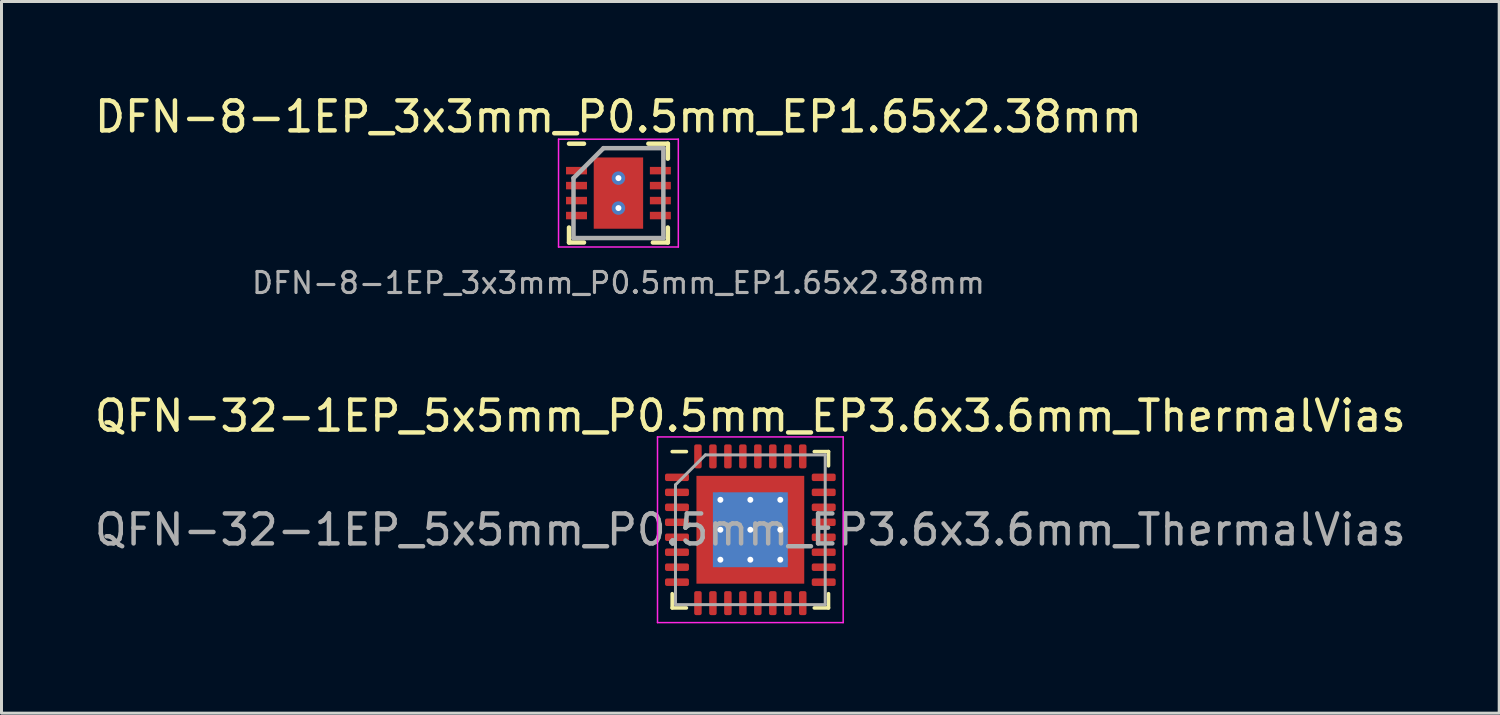
<source format=kicad_pcb>
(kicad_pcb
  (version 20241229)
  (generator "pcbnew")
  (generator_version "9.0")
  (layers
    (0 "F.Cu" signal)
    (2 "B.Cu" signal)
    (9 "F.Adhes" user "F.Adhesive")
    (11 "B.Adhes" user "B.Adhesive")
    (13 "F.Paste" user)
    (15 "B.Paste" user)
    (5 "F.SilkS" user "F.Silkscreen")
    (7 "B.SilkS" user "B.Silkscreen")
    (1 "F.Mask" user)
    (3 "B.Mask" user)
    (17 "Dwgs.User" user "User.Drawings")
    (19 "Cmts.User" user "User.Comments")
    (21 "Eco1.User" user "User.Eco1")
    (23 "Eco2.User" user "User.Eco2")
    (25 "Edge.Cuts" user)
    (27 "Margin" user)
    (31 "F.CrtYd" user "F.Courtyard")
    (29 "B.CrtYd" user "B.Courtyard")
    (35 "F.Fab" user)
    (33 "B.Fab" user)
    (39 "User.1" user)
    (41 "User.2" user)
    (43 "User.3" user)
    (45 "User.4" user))
  (footprint "QFN-32-1EP_5x5mm_P0.5mm_EP3.6x3.6mm_ThermalVias"
    (layer "F.Cu")
    (at 22.006 14.64)
    (property "Reference" "QFN-32-1EP_5x5mm_P0.5mm_EP3.6x3.6mm_ThermalVias" (at 0 -3.8 0) (layer "F.SilkS") (effects (font (size 1 1) (thickness 0.15))))
    (attr smd)
    (fp_line (start -2.61 2.61) (end -2.61 2.135) (stroke (width 0.12) (type solid)) (layer "F.SilkS"))
    (fp_line (start -2.135 -2.61) (end -2.61 -2.61) (stroke (width 0.12) (type solid)) (layer "F.SilkS"))
    (fp_line (start -2.135 2.61) (end -2.61 2.61) (stroke (width 0.12) (type solid)) (layer "F.SilkS"))
    (fp_line (start 2.135 -2.61) (end 2.61 -2.61) (stroke (width 0.12) (type solid)) (layer "F.SilkS"))
    (fp_line (start 2.135 2.61) (end 2.61 2.61) (stroke (width 0.12) (type solid)) (layer "F.SilkS"))
    (fp_line (start 2.61 -2.61) (end 2.61 -2.135) (stroke (width 0.12) (type solid)) (layer "F.SilkS"))
    (fp_line (start 2.61 2.61) (end 2.61 2.135) (stroke (width 0.12) (type solid)) (layer "F.SilkS"))
    (fp_line (start -3.1 -3.1) (end -3.1 3.1) (stroke (width 0.05) (type solid)) (layer "F.CrtYd"))
    (fp_line (start -3.1 3.1) (end 3.1 3.1) (stroke (width 0.05) (type solid)) (layer "F.CrtYd"))
    (fp_line (start 3.1 -3.1) (end -3.1 -3.1) (stroke (width 0.05) (type solid)) (layer "F.CrtYd"))
    (fp_line (start 3.1 3.1) (end 3.1 -3.1) (stroke (width 0.05) (type solid)) (layer "F.CrtYd"))
    (fp_line (start -2.5 -1.5) (end -1.5 -2.5) (stroke (width 0.1) (type solid)) (layer "F.Fab"))
    (fp_line (start -2.5 2.5) (end -2.5 -1.5) (stroke (width 0.1) (type solid)) (layer "F.Fab"))
    (fp_line (start -1.5 -2.5) (end 2.5 -2.5) (stroke (width 0.1) (type solid)) (layer "F.Fab"))
    (fp_line (start 2.5 -2.5) (end 2.5 2.5) (stroke (width 0.1) (type solid)) (layer "F.Fab"))
    (fp_line (start 2.5 2.5) (end -2.5 2.5) (stroke (width 0.1) (type solid)) (layer "F.Fab"))
    (fp_text user "${REFERENCE}" (at 0 0 0) (layer "F.Fab") (effects (font (size 1 1) (thickness 0.15))))
    (pad "" smd custom (at -1.4 -1.4) (size 0.555 0.555) (layers "F.Paste") (options (anchor circle)) (primitives (gr_poly (pts (xy 0.232 0.157) (xy 0.157 0.232) (xy -0.232 0.232) (xy -0.232 -0.232) (xy 0.232 -0.232)) (width 0.181) (fill yes))))
    (pad "" smd custom (at -1.4 -0.5) (size 0.568 0.568) (layers "F.Paste") (options (anchor circle)) (primitives (gr_poly (pts (xy 0.246 -0.263) (xy 0.246 0.263) (xy 0.182 0.326) (xy -0.246 0.326) (xy -0.246 -0.326) (xy 0.182 -0.326)) (width 0.153) (fill yes))))
    (pad "" smd custom (at -1.4 0.5) (size 0.568 0.568) (layers "F.Paste") (options (anchor circle)) (primitives (gr_poly (pts (xy 0.246 -0.263) (xy 0.246 0.263) (xy 0.182 0.326) (xy -0.246 0.326) (xy -0.246 -0.326) (xy 0.182 -0.326)) (width 0.153) (fill yes))))
    (pad "" smd custom (at -1.4 1.4) (size 0.555 0.555) (layers "F.Paste") (options (anchor circle)) (primitives (gr_poly (pts (xy 0.232 -0.157) (xy 0.232 0.232) (xy -0.232 0.232) (xy -0.232 -0.232) (xy 0.157 -0.232)) (width 0.181) (fill yes))))
    (pad "" smd custom (at -0.5 -1.4) (size 0.568 0.568) (layers "F.Paste") (options (anchor circle)) (primitives (gr_poly (pts (xy 0.326 0.182) (xy 0.263 0.246) (xy -0.263 0.246) (xy -0.326 0.182) (xy -0.326 -0.246) (xy 0.326 -0.246)) (width 0.153) (fill yes))))
    (pad "" smd roundrect (at -0.5 -0.5) (size 0.806 0.806) (layers "F.Paste") (roundrect_rratio 0.25))
    (pad "" smd roundrect (at -0.5 0.5) (size 0.806 0.806) (layers "F.Paste") (roundrect_rratio 0.25))
    (pad "" smd custom (at -0.5 1.4) (size 0.568 0.568) (layers "F.Paste") (options (anchor circle)) (primitives (gr_poly (pts (xy 0.326 -0.182) (xy 0.326 0.246) (xy -0.326 0.246) (xy -0.326 -0.182) (xy -0.263 -0.246) (xy 0.263 -0.246)) (width 0.153) (fill yes))))
    (pad "" smd custom (at 0.5 -1.4) (size 0.568 0.568) (layers "F.Paste") (options (anchor circle)) (primitives (gr_poly (pts (xy 0.326 0.182) (xy 0.263 0.246) (xy -0.263 0.246) (xy -0.326 0.182) (xy -0.326 -0.246) (xy 0.326 -0.246)) (width 0.153) (fill yes))))
    (pad "" smd roundrect (at 0.5 -0.5) (size 0.806 0.806) (layers "F.Paste") (roundrect_rratio 0.25))
    (pad "" smd roundrect (at 0.5 0.5) (size 0.806 0.806) (layers "F.Paste") (roundrect_rratio 0.25))
    (pad "" smd custom (at 0.5 1.4) (size 0.568 0.568) (layers "F.Paste") (options (anchor circle)) (primitives (gr_poly (pts (xy 0.326 -0.182) (xy 0.326 0.246) (xy -0.326 0.246) (xy -0.326 -0.182) (xy -0.263 -0.246) (xy 0.263 -0.246)) (width 0.153) (fill yes))))
    (pad "" smd custom (at 1.4 -1.4) (size 0.555 0.555) (layers "F.Paste") (options (anchor circle)) (primitives (gr_poly (pts (xy 0.232 0.232) (xy -0.157 0.232) (xy -0.232 0.157) (xy -0.232 -0.232) (xy 0.232 -0.232)) (width 0.181) (fill yes))))
    (pad "" smd custom (at 1.4 -0.5) (size 0.568 0.568) (layers "F.Paste") (options (anchor circle)) (primitives (gr_poly (pts (xy 0.246 0.326) (xy -0.182 0.326) (xy -0.246 0.263) (xy -0.246 -0.263) (xy -0.182 -0.326) (xy 0.246 -0.326)) (width 0.153) (fill yes))))
    (pad "" smd custom (at 1.4 0.5) (size 0.568 0.568) (layers "F.Paste") (options (anchor circle)) (primitives (gr_poly (pts (xy 0.246 0.326) (xy -0.182 0.326) (xy -0.246 0.263) (xy -0.246 -0.263) (xy -0.182 -0.326) (xy 0.246 -0.326)) (width 0.153) (fill yes))))
    (pad "" smd custom (at 1.4 1.4) (size 0.555 0.555) (layers "F.Paste") (options (anchor circle)) (primitives (gr_poly (pts (xy 0.232 0.232) (xy -0.232 0.232) (xy -0.232 -0.157) (xy -0.157 -0.232) (xy 0.232 -0.232)) (width 0.181) (fill yes))))
    (pad "1" smd roundrect (at -2.45 -1.75) (size 0.8 0.25) (layers "F.Cu" "F.Mask" "F.Paste") (roundrect_rratio 0.25))
    (pad "2" smd roundrect (at -2.45 -1.25) (size 0.8 0.25) (layers "F.Cu" "F.Mask" "F.Paste") (roundrect_rratio 0.25))
    (pad "3" smd roundrect (at -2.45 -0.75) (size 0.8 0.25) (layers "F.Cu" "F.Mask" "F.Paste") (roundrect_rratio 0.25))
    (pad "4" smd roundrect (at -2.45 -0.25) (size 0.8 0.25) (layers "F.Cu" "F.Mask" "F.Paste") (roundrect_rratio 0.25))
    (pad "5" smd roundrect (at -2.45 0.25) (size 0.8 0.25) (layers "F.Cu" "F.Mask" "F.Paste") (roundrect_rratio 0.25))
    (pad "6" smd roundrect (at -2.45 0.75) (size 0.8 0.25) (layers "F.Cu" "F.Mask" "F.Paste") (roundrect_rratio 0.25))
    (pad "7" smd roundrect (at -2.45 1.25) (size 0.8 0.25) (layers "F.Cu" "F.Mask" "F.Paste") (roundrect_rratio 0.25))
    (pad "8" smd roundrect (at -2.45 1.75) (size 0.8 0.25) (layers "F.Cu" "F.Mask" "F.Paste") (roundrect_rratio 0.25))
    (pad "9" smd roundrect (at -1.75 2.45) (size 0.25 0.8) (layers "F.Cu" "F.Mask" "F.Paste") (roundrect_rratio 0.25))
    (pad "10" smd roundrect (at -1.25 2.45) (size 0.25 0.8) (layers "F.Cu" "F.Mask" "F.Paste") (roundrect_rratio 0.25))
    (pad "11" smd roundrect (at -0.75 2.45) (size 0.25 0.8) (layers "F.Cu" "F.Mask" "F.Paste") (roundrect_rratio 0.25))
    (pad "12" smd roundrect (at -0.25 2.45) (size 0.25 0.8) (layers "F.Cu" "F.Mask" "F.Paste") (roundrect_rratio 0.25))
    (pad "13" smd roundrect (at 0.25 2.45) (size 0.25 0.8) (layers "F.Cu" "F.Mask" "F.Paste") (roundrect_rratio 0.25))
    (pad "14" smd roundrect (at 0.75 2.45) (size 0.25 0.8) (layers "F.Cu" "F.Mask" "F.Paste") (roundrect_rratio 0.25))
    (pad "15" smd roundrect (at 1.25 2.45) (size 0.25 0.8) (layers "F.Cu" "F.Mask" "F.Paste") (roundrect_rratio 0.25))
    (pad "16" smd roundrect (at 1.75 2.45) (size 0.25 0.8) (layers "F.Cu" "F.Mask" "F.Paste") (roundrect_rratio 0.25))
    (pad "17" smd roundrect (at 2.45 1.75) (size 0.8 0.25) (layers "F.Cu" "F.Mask" "F.Paste") (roundrect_rratio 0.25))
    (pad "18" smd roundrect (at 2.45 1.25) (size 0.8 0.25) (layers "F.Cu" "F.Mask" "F.Paste") (roundrect_rratio 0.25))
    (pad "19" smd roundrect (at 2.45 0.75) (size 0.8 0.25) (layers "F.Cu" "F.Mask" "F.Paste") (roundrect_rratio 0.25))
    (pad "20" smd roundrect (at 2.45 0.25) (size 0.8 0.25) (layers "F.Cu" "F.Mask" "F.Paste") (roundrect_rratio 0.25))
    (pad "21" smd roundrect (at 2.45 -0.25) (size 0.8 0.25) (layers "F.Cu" "F.Mask" "F.Paste") (roundrect_rratio 0.25))
    (pad "22" smd roundrect (at 2.45 -0.75) (size 0.8 0.25) (layers "F.Cu" "F.Mask" "F.Paste") (roundrect_rratio 0.25))
    (pad "23" smd roundrect (at 2.45 -1.25) (size 0.8 0.25) (layers "F.Cu" "F.Mask" "F.Paste") (roundrect_rratio 0.25))
    (pad "24" smd roundrect (at 2.45 -1.75) (size 0.8 0.25) (layers "F.Cu" "F.Mask" "F.Paste") (roundrect_rratio 0.25))
    (pad "25" smd roundrect (at 1.75 -2.45) (size 0.25 0.8) (layers "F.Cu" "F.Mask" "F.Paste") (roundrect_rratio 0.25))
    (pad "26" smd roundrect (at 1.25 -2.45) (size 0.25 0.8) (layers "F.Cu" "F.Mask" "F.Paste") (roundrect_rratio 0.25))
    (pad "27" smd roundrect (at 0.75 -2.45) (size 0.25 0.8) (layers "F.Cu" "F.Mask" "F.Paste") (roundrect_rratio 0.25))
    (pad "28" smd roundrect (at 0.25 -2.45) (size 0.25 0.8) (layers "F.Cu" "F.Mask" "F.Paste") (roundrect_rratio 0.25))
    (pad "29" smd roundrect (at -0.25 -2.45) (size 0.25 0.8) (layers "F.Cu" "F.Mask" "F.Paste") (roundrect_rratio 0.25))
    (pad "30" smd roundrect (at -0.75 -2.45) (size 0.25 0.8) (layers "F.Cu" "F.Mask" "F.Paste") (roundrect_rratio 0.25))
    (pad "31" smd roundrect (at -1.25 -2.45) (size 0.25 0.8) (layers "F.Cu" "F.Mask" "F.Paste") (roundrect_rratio 0.25))
    (pad "32" smd roundrect (at -1.75 -2.45) (size 0.25 0.8) (layers "F.Cu" "F.Mask" "F.Paste") (roundrect_rratio 0.25))
    (pad "33" thru_hole circle (at -1 -1) (size 0.5 0.5) (drill 0.2) (layers "*.Cu"))
    (pad "33" thru_hole circle (at -1 0) (size 0.5 0.5) (drill 0.2) (layers "*.Cu"))
    (pad "33" thru_hole circle (at -1 1) (size 0.5 0.5) (drill 0.2) (layers "*.Cu"))
    (pad "33" thru_hole circle (at 0 -1) (size 0.5 0.5) (drill 0.2) (layers "*.Cu"))
    (pad "33" thru_hole circle (at 0 0) (size 0.5 0.5) (drill 0.2) (layers "*.Cu"))
    (pad "33" smd rect (at 0 0) (size 2.5 2.5) (layers "B.Cu"))
    (pad "33" smd rect (at 0 0) (size 3.6 3.6) (layers "F.Cu" "F.Mask"))
    (pad "33" thru_hole circle (at 0 1) (size 0.5 0.5) (drill 0.2) (layers "*.Cu"))
    (pad "33" thru_hole circle (at 1 -1) (size 0.5 0.5) (drill 0.2) (layers "*.Cu"))
    (pad "33" thru_hole circle (at 1 0) (size 0.5 0.5) (drill 0.2) (layers "*.Cu"))
    (pad "33" thru_hole circle (at 1 1) (size 0.5 0.5) (drill 0.2) (layers "*.Cu")))
  (footprint "DFN-8-1EP_3x3mm_P0.5mm_EP1.65x2.38mm"
    (layer "F.Cu")
    (at 17.601 3.398)
    (property "Reference" "DFN-8-1EP_3x3mm_P0.5mm_EP1.65x2.38mm" (at 0 -2.55 0) (layer "F.SilkS") (effects (font (size 1 1) (thickness 0.15))))
    (attr smd)
    (fp_line (start -1.65 -1.65) (end -1.15 -1.65) (stroke (width 0.15) (type solid)) (layer "F.SilkS"))
    (fp_line (start -1.65 1.15) (end -1.65 1.65) (stroke (width 0.15) (type solid)) (layer "F.SilkS"))
    (fp_line (start -1.65 1.65) (end -1.15 1.65) (stroke (width 0.15) (type solid)) (layer "F.SilkS"))
    (fp_line (start 1 -1.65) (end 1.65 -1.65) (stroke (width 0.15) (type solid)) (layer "F.SilkS"))
    (fp_line (start 1.15 1.65) (end 1.65 1.65) (stroke (width 0.15) (type solid)) (layer "F.SilkS"))
    (fp_line (start 1.65 -1.15) (end 1.65 -1.65) (stroke (width 0.15) (type solid)) (layer "F.SilkS"))
    (fp_line (start 1.65 1.15) (end 1.65 1.65) (stroke (width 0.15) (type solid)) (layer "F.SilkS"))
    (fp_line (start -2 -1.8) (end -2 1.8) (stroke (width 0.05) (type solid)) (layer "F.CrtYd"))
    (fp_line (start -2 -1.8) (end 2 -1.8) (stroke (width 0.05) (type solid)) (layer "F.CrtYd"))
    (fp_line (start -2 1.8) (end 2 1.8) (stroke (width 0.05) (type solid)) (layer "F.CrtYd"))
    (fp_line (start 2 -1.8) (end 2 1.8) (stroke (width 0.05) (type solid)) (layer "F.CrtYd"))
    (fp_line (start -1.5 -0.5) (end -0.5 -1.5) (stroke (width 0.15) (type solid)) (layer "F.Fab"))
    (fp_line (start -1.5 1.5) (end -1.5 -0.5) (stroke (width 0.15) (type solid)) (layer "F.Fab"))
    (fp_line (start -0.5 -1.5) (end 1.5 -1.5) (stroke (width 0.15) (type solid)) (layer "F.Fab"))
    (fp_line (start 1.5 -1.5) (end 1.5 1.5) (stroke (width 0.15) (type solid)) (layer "F.Fab"))
    (fp_line (start 1.5 1.5) (end -1.5 1.5) (stroke (width 0.15) (type solid)) (layer "F.Fab"))
    (fp_text user "${REFERENCE}" (at 0 3 0) (layer "F.Fab") (effects (font (size 0.7 0.7) (thickness 0.105))))
    (pad "" smd roundrect (at -0.4 -0.85) (size 0.6 0.5) (layers "F.Paste") (roundrect_rratio 0.2))
    (pad "" smd roundrect (at -0.4 0) (size 0.6 0.8) (layers "F.Paste") (roundrect_rratio 0.2))
    (pad "" smd roundrect (at -0.4 0.85) (size 0.6 0.5) (layers "F.Paste") (roundrect_rratio 0.2))
    (pad "" smd roundrect (at 0.4 -0.85) (size 0.6 0.5) (layers "F.Paste") (roundrect_rratio 0.2))
    (pad "" smd roundrect (at 0.4 0) (size 0.6 0.8) (layers "F.Paste") (roundrect_rratio 0.2))
    (pad "" smd roundrect (at 0.4 0.85) (size 0.6 0.5) (layers "F.Paste") (roundrect_rratio 0.2))
    (pad "1" smd rect (at -1.4 -0.75) (size 0.7 0.25) (layers "F.Cu" "F.Mask" "F.Paste"))
    (pad "2" smd rect (at -1.4 -0.25) (size 0.7 0.25) (layers "F.Cu" "F.Mask" "F.Paste"))
    (pad "3" smd rect (at -1.4 0.25) (size 0.7 0.25) (layers "F.Cu" "F.Mask" "F.Paste"))
    (pad "4" smd rect (at -1.4 0.75) (size 0.7 0.25) (layers "F.Cu" "F.Mask" "F.Paste"))
    (pad "5" smd rect (at 1.4 0.75) (size 0.7 0.25) (layers "F.Cu" "F.Mask" "F.Paste"))
    (pad "6" smd rect (at 1.4 0.25) (size 0.7 0.25) (layers "F.Cu" "F.Mask" "F.Paste"))
    (pad "7" smd rect (at 1.4 -0.25) (size 0.7 0.25) (layers "F.Cu" "F.Mask" "F.Paste"))
    (pad "8" smd rect (at 1.4 -0.75) (size 0.7 0.25) (layers "F.Cu" "F.Mask" "F.Paste"))
    (pad "9" thru_hole circle (at 0 -0.5) (size 0.45 0.45) (drill 0.2) (property pad_prop_heatsink) (layers "*.Cu") (remove_unused_layers yes) (keep_end_layers yes) (zone_layer_connections))
    (pad "9" smd rect (at 0 0) (size 1.65 2.38) (layers "F.Cu" "F.Mask"))
    (pad "9" thru_hole circle (at 0 0.5) (size 0.45 0.45) (drill 0.2) (property pad_prop_heatsink) (layers "*.Cu") (remove_unused_layers yes) (keep_end_layers yes) (zone_layer_connections)))
  (gr_rect
    (start -3 -3)
    (end 47.012 20.765)
    (stroke (width 0.1) (type default))
    (fill no)
    (layer "Edge.Cuts")))
</source>
